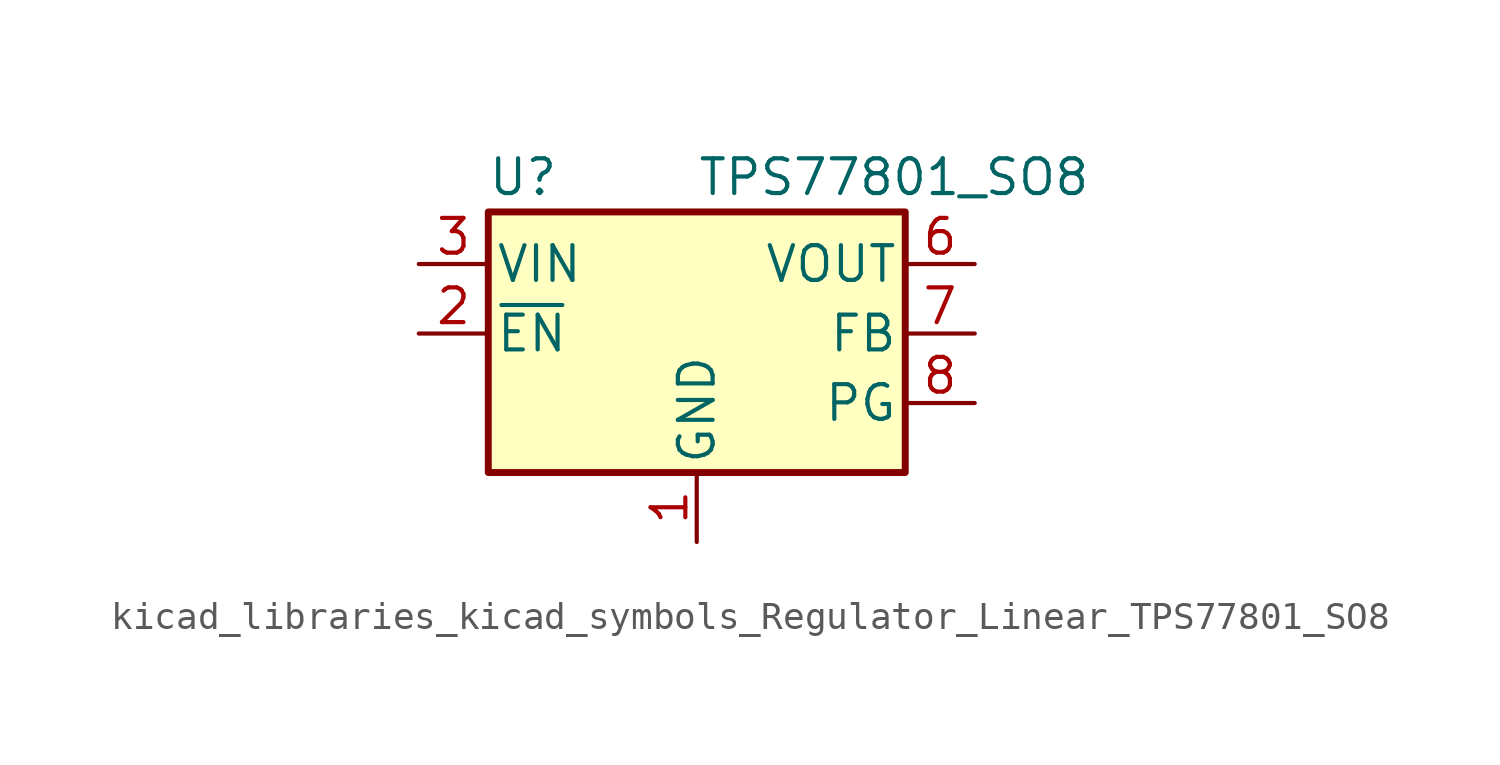
<source format=kicad_sym>
(kicad_symbol_lib
  (version 20220914)
  (generator kicad_symbol_editor)
  (symbol "kicad_libraries_kicad_symbols_Regulator_Linear_TPS77801_SO8"
    (pin_names
      (offset 0.254))
    (property "Reference" "U"
      (at -6.35 5.715 0)
      (effects (font (size 1.27 1.27))))
    (property "Value" "TPS77801_SO8"
      (at 0 5.715 0)
      (effects (font (size 1.27 1.27)) (justify left)))
    (symbol "kicad_libraries_kicad_symbols_Regulator_Linear_TPS77801_SO8_0_1"
      (rectangle (start -7.62 4.445) (end 7.62 -5.08) (stroke (width 0.254) (type default)) (fill (type background))))
    (symbol "kicad_libraries_kicad_symbols_Regulator_Linear_TPS77801_SO8_1_1"
      (pin power_in line (at 0 -7.62 90) (length 2.54) (name "GND" (effects (font (size 1.27 1.27)))) (number "1" (effects (font (size 1.27 1.27)))))
      (pin input line (at -10.16 0 0) (length 2.54) (name "~{EN}" (effects (font (size 1.27 1.27)))) (number "2" (effects (font (size 1.27 1.27)))))
      (pin power_in line (at -10.16 2.54 0) (length 2.54) (name "VIN" (effects (font (size 1.27 1.27)))) (number "3" (effects (font (size 1.27 1.27)))))
      (pin passive line (at -10.16 2.54 0) (length 2.54) hide (name "VIN" (effects (font (size 1.27 1.27)))) (number "4" (effects (font (size 1.27 1.27)))))
      (pin passive line (at 10.16 2.54 180) (length 2.54) hide (name "VOUT" (effects (font (size 1.27 1.27)))) (number "5" (effects (font (size 1.27 1.27)))))
      (pin power_out line (at 10.16 2.54 180) (length 2.54) (name "VOUT" (effects (font (size 1.27 1.27)))) (number "6" (effects (font (size 1.27 1.27)))))
      (pin passive line (at 10.16 0 180) (length 2.54) (name "FB" (effects (font (size 1.27 1.27)))) (number "7" (effects (font (size 1.27 1.27)))))
      (pin open_collector line (at 10.16 -2.54 180) (length 2.54) (name "PG" (effects (font (size 1.27 1.27)))) (number "8" (effects (font (size 1.27 1.27))))))))
</source>
